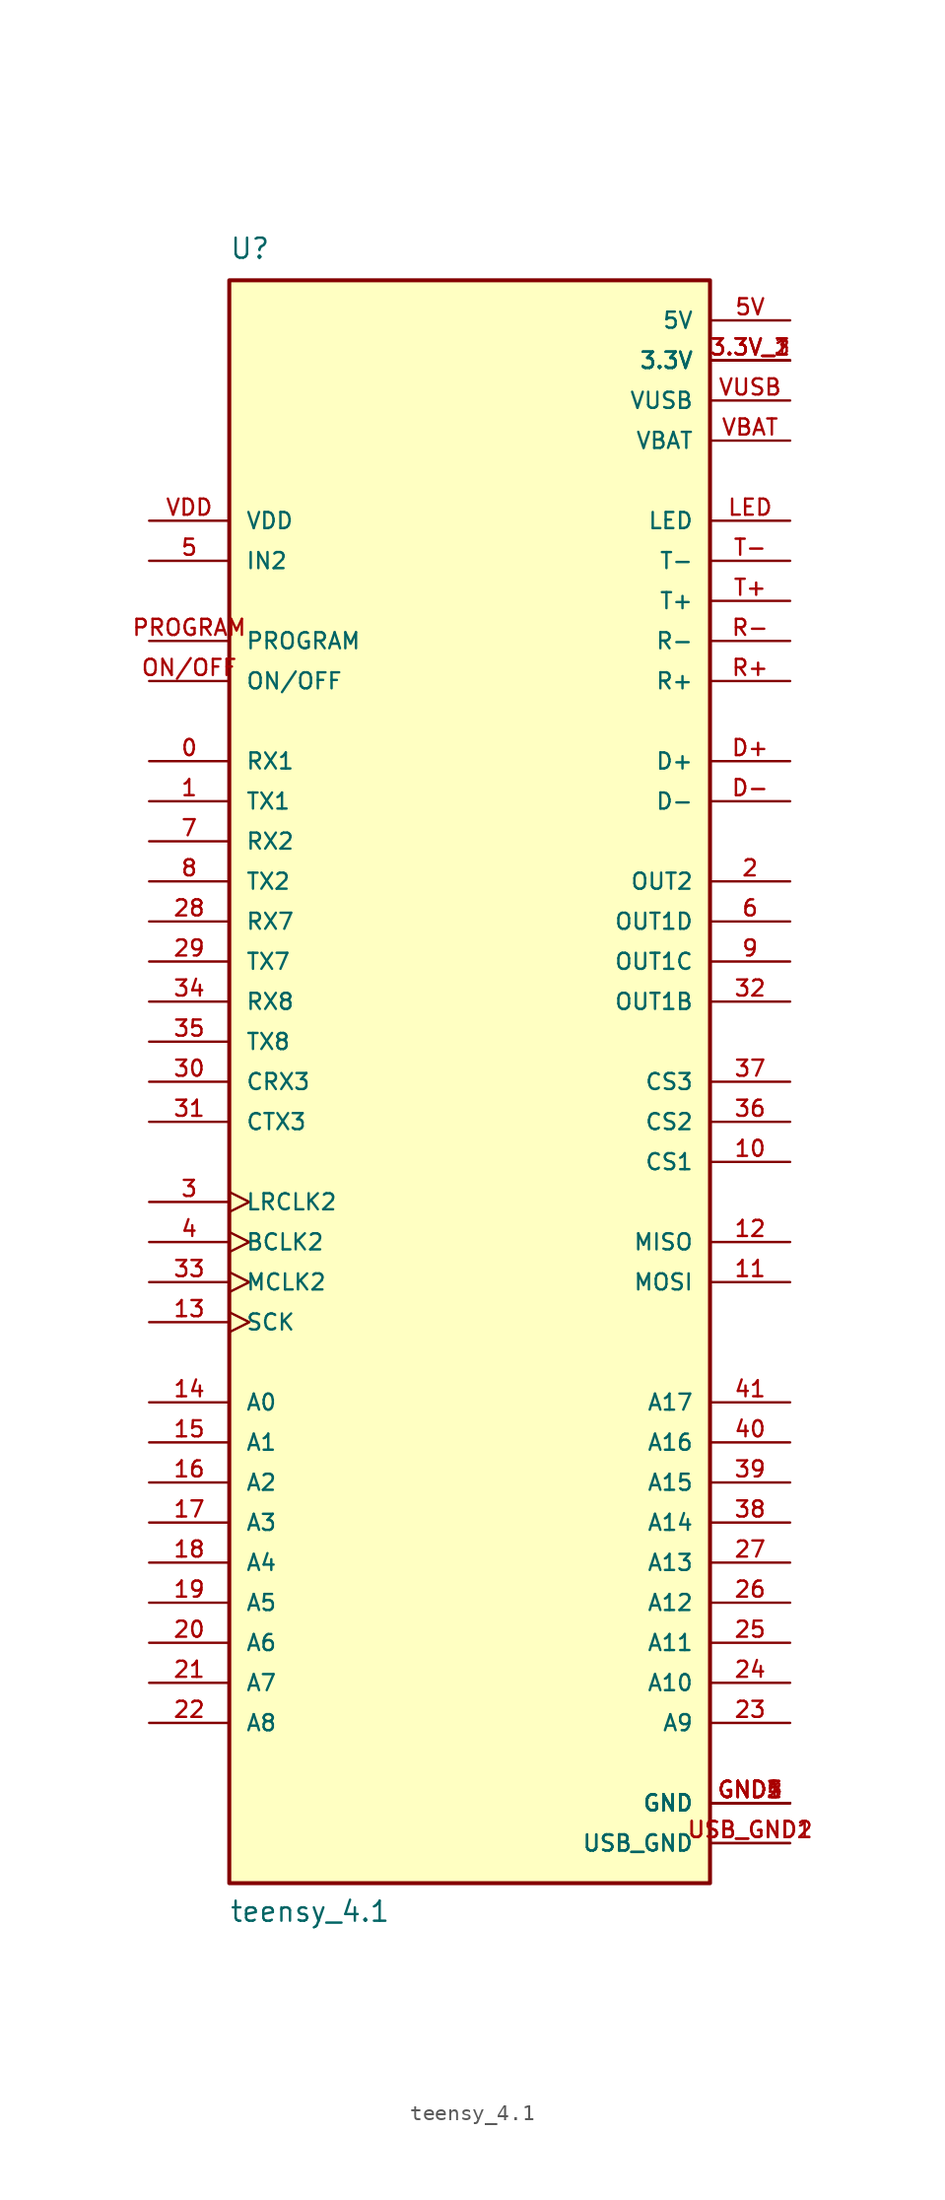
<source format=kicad_sym>
(kicad_symbol_lib
  (version 20231120)
  (generator "kicad_symbol_editor")
  (generator_version "8.0")
  (symbol "teensy_4.1"
    (pin_names
      (offset 1.016))
    (property "Reference" "U"
      (at -15.24 52.07 0)
      (effects (font (size 1.27 1.27)) (justify left bottom)))
    (property "Value" "teensy_4.1"
      (at -15.24 -53.34 0)
      (effects (font (size 1.27 1.27)) (justify left bottom)))
    (symbol "teensy_4.1_0_0"
      (rectangle (start -15.24 50.8) (end 15.24 -50.8) (stroke (width 0.254) (type default)) (fill (type background)))
      (pin bidirectional line (at -20.32 20.32 0) (length 5.08) (name "RX1" (effects (font (size 1.016 1.016)))) (number "0" (effects (font (size 1.016 1.016)))))
      (pin bidirectional line (at -20.32 17.78 0) (length 5.08) (name "TX1" (effects (font (size 1.016 1.016)))) (number "1" (effects (font (size 1.016 1.016)))))
      (pin bidirectional line (at 20.32 -5.08 180) (length 5.08) (name "CS1" (effects (font (size 1.016 1.016)))) (number "10" (effects (font (size 1.016 1.016)))))
      (pin bidirectional line (at 20.32 -12.7 180) (length 5.08) (name "MOSI" (effects (font (size 1.016 1.016)))) (number "11" (effects (font (size 1.016 1.016)))))
      (pin bidirectional line (at 20.32 -10.16 180) (length 5.08) (name "MISO" (effects (font (size 1.016 1.016)))) (number "12" (effects (font (size 1.016 1.016)))))
      (pin bidirectional clock (at -20.32 -15.24 0) (length 5.08) (name "SCK" (effects (font (size 1.016 1.016)))) (number "13" (effects (font (size 1.016 1.016)))))
      (pin bidirectional line (at -20.32 -20.32 0) (length 5.08) (name "A0" (effects (font (size 1.016 1.016)))) (number "14" (effects (font (size 1.016 1.016)))))
      (pin bidirectional line (at -20.32 -22.86 0) (length 5.08) (name "A1" (effects (font (size 1.016 1.016)))) (number "15" (effects (font (size 1.016 1.016)))))
      (pin bidirectional line (at -20.32 -25.4 0) (length 5.08) (name "A2" (effects (font (size 1.016 1.016)))) (number "16" (effects (font (size 1.016 1.016)))))
      (pin bidirectional line (at -20.32 -27.94 0) (length 5.08) (name "A3" (effects (font (size 1.016 1.016)))) (number "17" (effects (font (size 1.016 1.016)))))
      (pin bidirectional line (at -20.32 -30.48 0) (length 5.08) (name "A4" (effects (font (size 1.016 1.016)))) (number "18" (effects (font (size 1.016 1.016)))))
      (pin bidirectional line (at -20.32 -33.02 0) (length 5.08) (name "A5" (effects (font (size 1.016 1.016)))) (number "19" (effects (font (size 1.016 1.016)))))
      (pin output line (at 20.32 12.7 180) (length 5.08) (name "OUT2" (effects (font (size 1.016 1.016)))) (number "2" (effects (font (size 1.016 1.016)))))
      (pin bidirectional line (at -20.32 -35.56 0) (length 5.08) (name "A6" (effects (font (size 1.016 1.016)))) (number "20" (effects (font (size 1.016 1.016)))))
      (pin bidirectional line (at -20.32 -38.1 0) (length 5.08) (name "A7" (effects (font (size 1.016 1.016)))) (number "21" (effects (font (size 1.016 1.016)))))
      (pin bidirectional line (at -20.32 -40.64 0) (length 5.08) (name "A8" (effects (font (size 1.016 1.016)))) (number "22" (effects (font (size 1.016 1.016)))))
      (pin bidirectional line (at 20.32 -40.64 180) (length 5.08) (name "A9" (effects (font (size 1.016 1.016)))) (number "23" (effects (font (size 1.016 1.016)))))
      (pin bidirectional line (at 20.32 -38.1 180) (length 5.08) (name "A10" (effects (font (size 1.016 1.016)))) (number "24" (effects (font (size 1.016 1.016)))))
      (pin bidirectional line (at 20.32 -35.56 180) (length 5.08) (name "A11" (effects (font (size 1.016 1.016)))) (number "25" (effects (font (size 1.016 1.016)))))
      (pin bidirectional line (at 20.32 -33.02 180) (length 5.08) (name "A12" (effects (font (size 1.016 1.016)))) (number "26" (effects (font (size 1.016 1.016)))))
      (pin bidirectional line (at 20.32 -30.48 180) (length 5.08) (name "A13" (effects (font (size 1.016 1.016)))) (number "27" (effects (font (size 1.016 1.016)))))
      (pin bidirectional line (at -20.32 10.16 0) (length 5.08) (name "RX7" (effects (font (size 1.016 1.016)))) (number "28" (effects (font (size 1.016 1.016)))))
      (pin bidirectional line (at -20.32 7.62 0) (length 5.08) (name "TX7" (effects (font (size 1.016 1.016)))) (number "29" (effects (font (size 1.016 1.016)))))
      (pin bidirectional clock (at -20.32 -7.62 0) (length 5.08) (name "LRCLK2" (effects (font (size 1.016 1.016)))) (number "3" (effects (font (size 1.016 1.016)))))
      (pin power_in line (at 20.32 45.72 180) (length 5.08) (name "3.3V" (effects (font (size 1.016 1.016)))) (number "3.3V_1" (effects (font (size 1.016 1.016)))))
      (pin power_in line (at 20.32 45.72 180) (length 5.08) (name "3.3V" (effects (font (size 1.016 1.016)))) (number "3.3V_2" (effects (font (size 1.016 1.016)))))
      (pin power_in line (at 20.32 45.72 180) (length 5.08) (name "3.3V" (effects (font (size 1.016 1.016)))) (number "3.3V_3" (effects (font (size 1.016 1.016)))))
      (pin bidirectional line (at -20.32 0 0) (length 5.08) (name "CRX3" (effects (font (size 1.016 1.016)))) (number "30" (effects (font (size 1.016 1.016)))))
      (pin bidirectional line (at -20.32 -2.54 0) (length 5.08) (name "CTX3" (effects (font (size 1.016 1.016)))) (number "31" (effects (font (size 1.016 1.016)))))
      (pin output line (at 20.32 5.08 180) (length 5.08) (name "OUT1B" (effects (font (size 1.016 1.016)))) (number "32" (effects (font (size 1.016 1.016)))))
      (pin bidirectional clock (at -20.32 -12.7 0) (length 5.08) (name "MCLK2" (effects (font (size 1.016 1.016)))) (number "33" (effects (font (size 1.016 1.016)))))
      (pin bidirectional line (at -20.32 5.08 0) (length 5.08) (name "RX8" (effects (font (size 1.016 1.016)))) (number "34" (effects (font (size 1.016 1.016)))))
      (pin bidirectional line (at -20.32 2.54 0) (length 5.08) (name "TX8" (effects (font (size 1.016 1.016)))) (number "35" (effects (font (size 1.016 1.016)))))
      (pin bidirectional line (at 20.32 -2.54 180) (length 5.08) (name "CS2" (effects (font (size 1.016 1.016)))) (number "36" (effects (font (size 1.016 1.016)))))
      (pin bidirectional line (at 20.32 0 180) (length 5.08) (name "CS3" (effects (font (size 1.016 1.016)))) (number "37" (effects (font (size 1.016 1.016)))))
      (pin bidirectional line (at 20.32 -27.94 180) (length 5.08) (name "A14" (effects (font (size 1.016 1.016)))) (number "38" (effects (font (size 1.016 1.016)))))
      (pin bidirectional line (at 20.32 -25.4 180) (length 5.08) (name "A15" (effects (font (size 1.016 1.016)))) (number "39" (effects (font (size 1.016 1.016)))))
      (pin bidirectional clock (at -20.32 -10.16 0) (length 5.08) (name "BCLK2" (effects (font (size 1.016 1.016)))) (number "4" (effects (font (size 1.016 1.016)))))
      (pin bidirectional line (at 20.32 -22.86 180) (length 5.08) (name "A16" (effects (font (size 1.016 1.016)))) (number "40" (effects (font (size 1.016 1.016)))))
      (pin bidirectional line (at 20.32 -20.32 180) (length 5.08) (name "A17" (effects (font (size 1.016 1.016)))) (number "41" (effects (font (size 1.016 1.016)))))
      (pin bidirectional line (at -20.32 33.02 0) (length 5.08) (name "IN2" (effects (font (size 1.016 1.016)))) (number "5" (effects (font (size 1.016 1.016)))))
      (pin power_in line (at 20.32 48.26 180) (length 5.08) (name "5V" (effects (font (size 1.016 1.016)))) (number "5V" (effects (font (size 1.016 1.016)))))
      (pin output line (at 20.32 10.16 180) (length 5.08) (name "OUT1D" (effects (font (size 1.016 1.016)))) (number "6" (effects (font (size 1.016 1.016)))))
      (pin bidirectional line (at -20.32 15.24 0) (length 5.08) (name "RX2" (effects (font (size 1.016 1.016)))) (number "7" (effects (font (size 1.016 1.016)))))
      (pin bidirectional line (at -20.32 12.7 0) (length 5.08) (name "TX2" (effects (font (size 1.016 1.016)))) (number "8" (effects (font (size 1.016 1.016)))))
      (pin output line (at 20.32 7.62 180) (length 5.08) (name "OUT1C" (effects (font (size 1.016 1.016)))) (number "9" (effects (font (size 1.016 1.016)))))
      (pin bidirectional line (at 20.32 20.32 180) (length 5.08) (name "D+" (effects (font (size 1.016 1.016)))) (number "D+" (effects (font (size 1.016 1.016)))))
      (pin bidirectional line (at 20.32 17.78 180) (length 5.08) (name "D-" (effects (font (size 1.016 1.016)))) (number "D-" (effects (font (size 1.016 1.016)))))
      (pin power_in line (at 20.32 -45.72 180) (length 5.08) (name "GND" (effects (font (size 1.016 1.016)))) (number "GND1" (effects (font (size 1.016 1.016)))))
      (pin power_in line (at 20.32 -45.72 180) (length 5.08) (name "GND" (effects (font (size 1.016 1.016)))) (number "GND2" (effects (font (size 1.016 1.016)))))
      (pin power_in line (at 20.32 -45.72 180) (length 5.08) (name "GND" (effects (font (size 1.016 1.016)))) (number "GND3" (effects (font (size 1.016 1.016)))))
      (pin power_in line (at 20.32 -45.72 180) (length 5.08) (name "GND" (effects (font (size 1.016 1.016)))) (number "GND4" (effects (font (size 1.016 1.016)))))
      (pin power_in line (at 20.32 -45.72 180) (length 5.08) (name "GND" (effects (font (size 1.016 1.016)))) (number "GND5" (effects (font (size 1.016 1.016)))))
      (pin bidirectional line (at 20.32 35.56 180) (length 5.08) (name "LED" (effects (font (size 1.016 1.016)))) (number "LED" (effects (font (size 1.016 1.016)))))
      (pin bidirectional line (at -20.32 25.4 0) (length 5.08) (name "ON/OFF" (effects (font (size 1.016 1.016)))) (number "ON/OFF" (effects (font (size 1.016 1.016)))))
      (pin bidirectional line (at -20.32 27.94 0) (length 5.08) (name "PROGRAM" (effects (font (size 1.016 1.016)))) (number "PROGRAM" (effects (font (size 1.016 1.016)))))
      (pin bidirectional line (at 20.32 25.4 180) (length 5.08) (name "R+" (effects (font (size 1.016 1.016)))) (number "R+" (effects (font (size 1.016 1.016)))))
      (pin bidirectional line (at 20.32 27.94 180) (length 5.08) (name "R-" (effects (font (size 1.016 1.016)))) (number "R-" (effects (font (size 1.016 1.016)))))
      (pin bidirectional line (at 20.32 30.48 180) (length 5.08) (name "T+" (effects (font (size 1.016 1.016)))) (number "T+" (effects (font (size 1.016 1.016)))))
      (pin bidirectional line (at 20.32 33.02 180) (length 5.08) (name "T-" (effects (font (size 1.016 1.016)))) (number "T-" (effects (font (size 1.016 1.016)))))
      (pin power_in line (at 20.32 -48.26 180) (length 5.08) (name "USB_GND" (effects (font (size 1.016 1.016)))) (number "USB_GND1" (effects (font (size 1.016 1.016)))))
      (pin power_in line (at 20.32 -48.26 180) (length 5.08) (name "USB_GND" (effects (font (size 1.016 1.016)))) (number "USB_GND2" (effects (font (size 1.016 1.016)))))
      (pin passive line (at 20.32 40.64 180) (length 5.08) (name "VBAT" (effects (font (size 1.016 1.016)))) (number "VBAT" (effects (font (size 1.016 1.016)))))
      (pin passive line (at 20.32 43.18 180) (length 5.08) (name "VUSB" (effects (font (size 1.016 1.016)))) (number "VUSB" (effects (font (size 1.016 1.016))))))
    (symbol "teensy_4.1_1_0"
      (pin input line (at -20.32 35.56 0) (length 5.08) (name "VDD" (effects (font (size 1.016 1.016)))) (number "VDD" (effects (font (size 1.016 1.016))))))))
</source>
